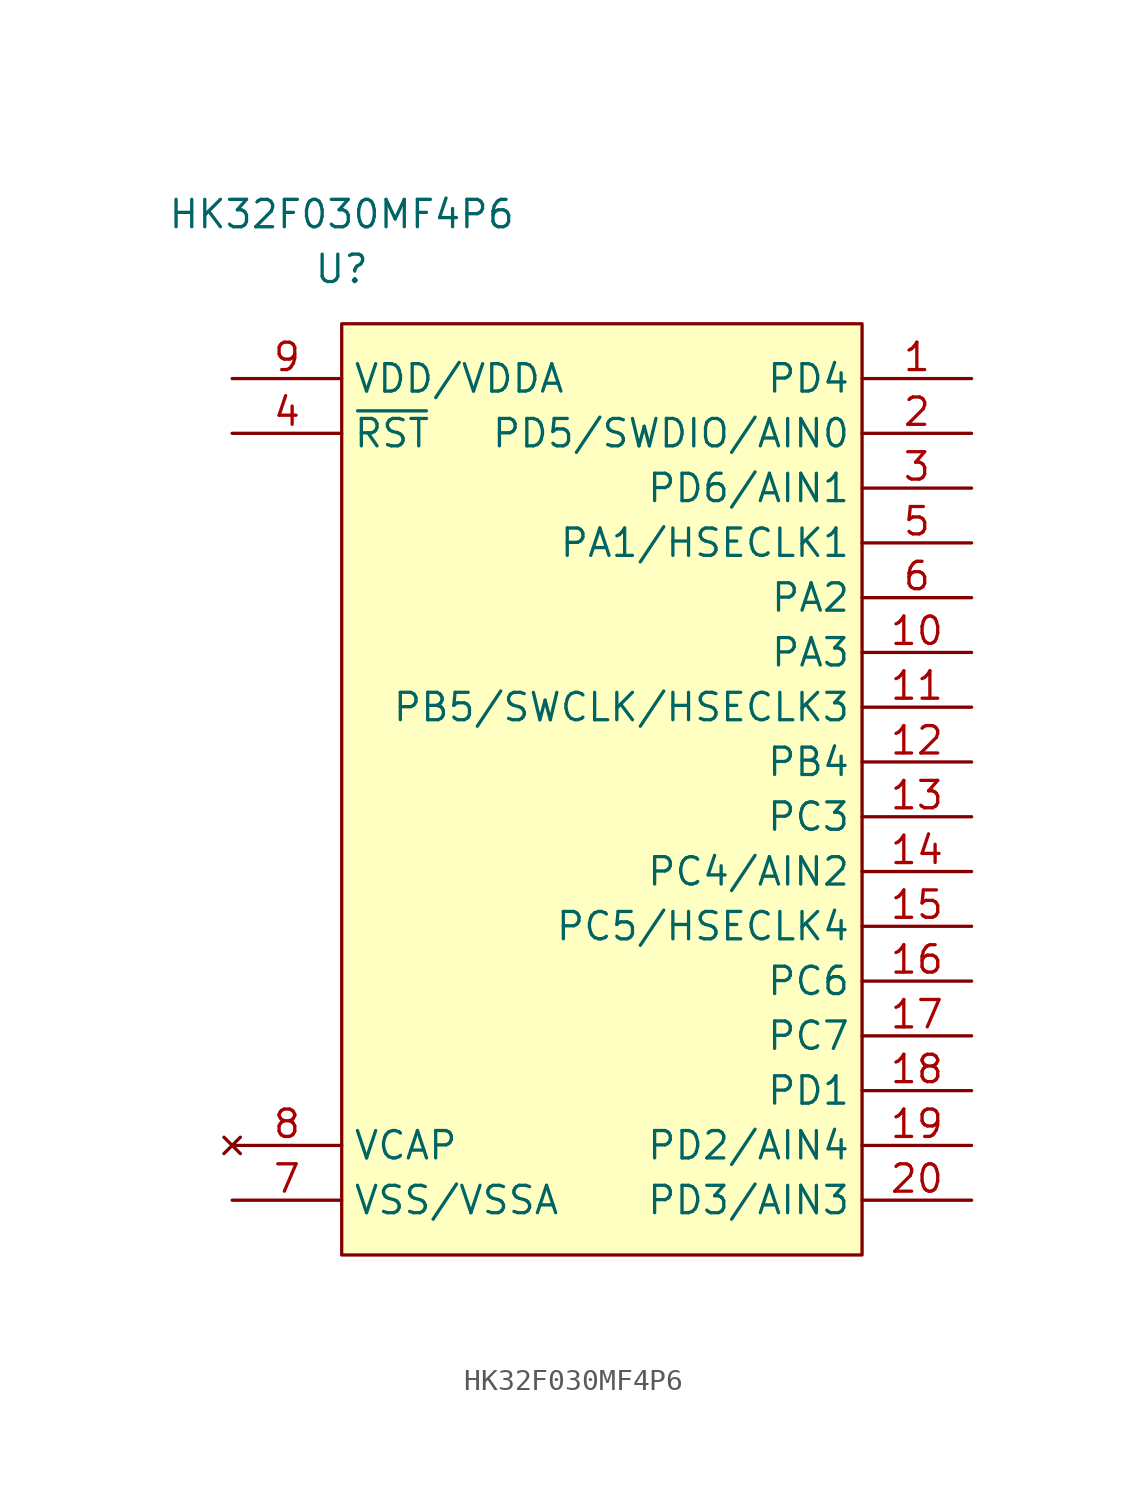
<source format=kicad_sym>
(kicad_symbol_lib
  (version 20211014)
  (generator kicad_symbol_editor)
  (symbol "HK32F030MF4P6"
    (property "Reference" "U"
      (at 5.08 2.54 0)
      (effects (font (size 1.27 1.27))))
    (property "Value" "HK32F030MF4P6"
      (at 5.08 5.08 0)
      (effects (font (size 1.27 1.27))))
    (symbol "HK32F030MF4P6_0_1"
      (rectangle (start 5.08 0) (end 29.21 -43.18) (stroke (width 0) (type default) (color 0 0 0 0)) (fill (type background))))
    (symbol "HK32F030MF4P6_1_1"
      (pin bidirectional line (at 34.29 -2.54 180) (length 5.08) (name "PD4" (effects (font (size 1.27 1.27)))) (number "1" (effects (font (size 1.27 1.27)))))
      (pin bidirectional line (at 34.29 -15.24 180) (length 5.08) (name "PA3" (effects (font (size 1.27 1.27)))) (number "10" (effects (font (size 1.27 1.27)))))
      (pin bidirectional line (at 34.29 -17.78 180) (length 5.08) (name "PB5/SWCLK/HSECLK3" (effects (font (size 1.27 1.27)))) (number "11" (effects (font (size 1.27 1.27)))))
      (pin bidirectional line (at 34.29 -20.32 180) (length 5.08) (name "PB4" (effects (font (size 1.27 1.27)))) (number "12" (effects (font (size 1.27 1.27)))))
      (pin bidirectional line (at 34.29 -22.86 180) (length 5.08) (name "PC3" (effects (font (size 1.27 1.27)))) (number "13" (effects (font (size 1.27 1.27)))))
      (pin bidirectional line (at 34.29 -25.4 180) (length 5.08) (name "PC4/AIN2" (effects (font (size 1.27 1.27)))) (number "14" (effects (font (size 1.27 1.27)))))
      (pin bidirectional line (at 34.29 -27.94 180) (length 5.08) (name "PC5/HSECLK4" (effects (font (size 1.27 1.27)))) (number "15" (effects (font (size 1.27 1.27)))))
      (pin bidirectional line (at 34.29 -30.48 180) (length 5.08) (name "PC6" (effects (font (size 1.27 1.27)))) (number "16" (effects (font (size 1.27 1.27)))))
      (pin bidirectional line (at 34.29 -33.02 180) (length 5.08) (name "PC7" (effects (font (size 1.27 1.27)))) (number "17" (effects (font (size 1.27 1.27)))))
      (pin bidirectional line (at 34.29 -35.56 180) (length 5.08) (name "PD1" (effects (font (size 1.27 1.27)))) (number "18" (effects (font (size 1.27 1.27)))))
      (pin bidirectional line (at 34.29 -38.1 180) (length 5.08) (name "PD2/AIN4" (effects (font (size 1.27 1.27)))) (number "19" (effects (font (size 1.27 1.27)))))
      (pin bidirectional line (at 34.29 -5.08 180) (length 5.08) (name "PD5/SWDIO/AIN0" (effects (font (size 1.27 1.27)))) (number "2" (effects (font (size 1.27 1.27)))))
      (pin bidirectional line (at 34.29 -40.64 180) (length 5.08) (name "PD3/AIN3" (effects (font (size 1.27 1.27)))) (number "20" (effects (font (size 1.27 1.27)))))
      (pin bidirectional line (at 34.29 -7.62 180) (length 5.08) (name "PD6/AIN1" (effects (font (size 1.27 1.27)))) (number "3" (effects (font (size 1.27 1.27)))))
      (pin input line (at 0 -5.08 0) (length 5.08) (name "~{RST}" (effects (font (size 1.27 1.27)))) (number "4" (effects (font (size 1.27 1.27)))))
      (pin bidirectional line (at 34.29 -10.16 180) (length 5.08) (name "PA1/HSECLK1" (effects (font (size 1.27 1.27)))) (number "5" (effects (font (size 1.27 1.27)))))
      (pin bidirectional line (at 34.29 -12.7 180) (length 5.08) (name "PA2" (effects (font (size 1.27 1.27)))) (number "6" (effects (font (size 1.27 1.27)))))
      (pin power_in line (at 0 -40.64 0) (length 5.08) (name "VSS/VSSA" (effects (font (size 1.27 1.27)))) (number "7" (effects (font (size 1.27 1.27)))))
      (pin no_connect line (at 0 -38.1 0) (length 5.08) (name "VCAP" (effects (font (size 1.27 1.27)))) (number "8" (effects (font (size 1.27 1.27)))))
      (pin power_in line (at 0 -2.54 0) (length 5.08) (name "VDD/VDDA" (effects (font (size 1.27 1.27)))) (number "9" (effects (font (size 1.27 1.27))))))))
</source>
